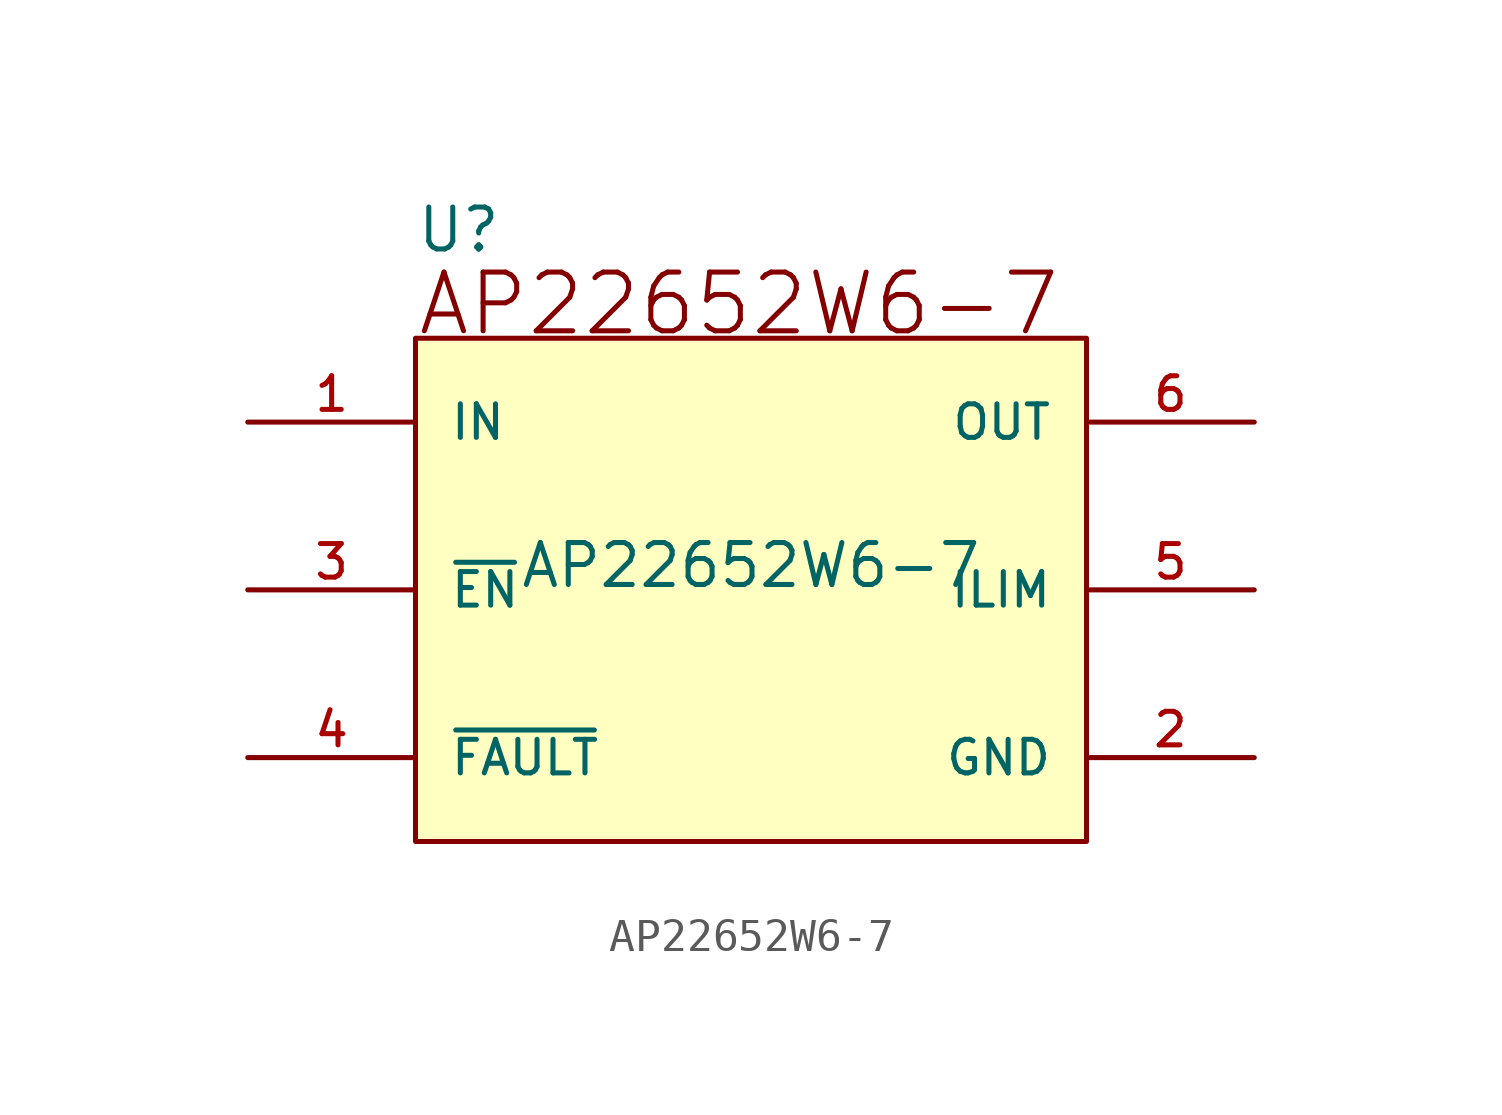
<source format=kicad_sym>
(kicad_symbol_lib
  (version 20211014)
  (generator kicad_symbol_editor)
  (symbol "AP22652W6-7"
    (pin_names
      (offset 1.016))
    (property "Reference" "U"
      (at -10.16 10.16 0)
      (effects (font (size 1.27 1.27)) (justify bottom left)))
    (property "Value" "AP22652W6-7"
      (at 0 0.0 0)
      (effects (font (size 1.27 1.27)) (justify bottom)))
    (symbol "AP22652W6-7_0_0"
      (text "AP22652W6-7" (at -10.16 7.62 0) (effects (font (size 1.778 1.778)) (justify bottom left)))
      (rectangle (start -10.16 -7.62) (end 10.16 7.62) (stroke (width 0.152)) (fill (type background)))
      (pin bidirectional line (at -15.24 5.08 0) (length 5.08) (name "IN" (effects (font (size 1.016 1.016)))) (number "1" (effects (font (size 1.016 1.016)))))
      (pin bidirectional line (at -15.24 0.0 0) (length 5.08) (name "~{EN}" (effects (font (size 1.016 1.016)))) (number "3" (effects (font (size 1.016 1.016)))))
      (pin bidirectional line (at -15.24 -5.08 0) (length 5.08) (name "~{FAULT}" (effects (font (size 1.016 1.016)))) (number "4" (effects (font (size 1.016 1.016)))))
      (pin bidirectional line (at 15.24 5.08 180.0) (length 5.08) (name "OUT" (effects (font (size 1.016 1.016)))) (number "6" (effects (font (size 1.016 1.016)))))
      (pin bidirectional line (at 15.24 0.0 180.0) (length 5.08) (name "ILIM" (effects (font (size 1.016 1.016)))) (number "5" (effects (font (size 1.016 1.016)))))
      (pin bidirectional line (at 15.24 -5.08 180.0) (length 5.08) (name "GND" (effects (font (size 1.016 1.016)))) (number "2" (effects (font (size 1.016 1.016))))))))
</source>
